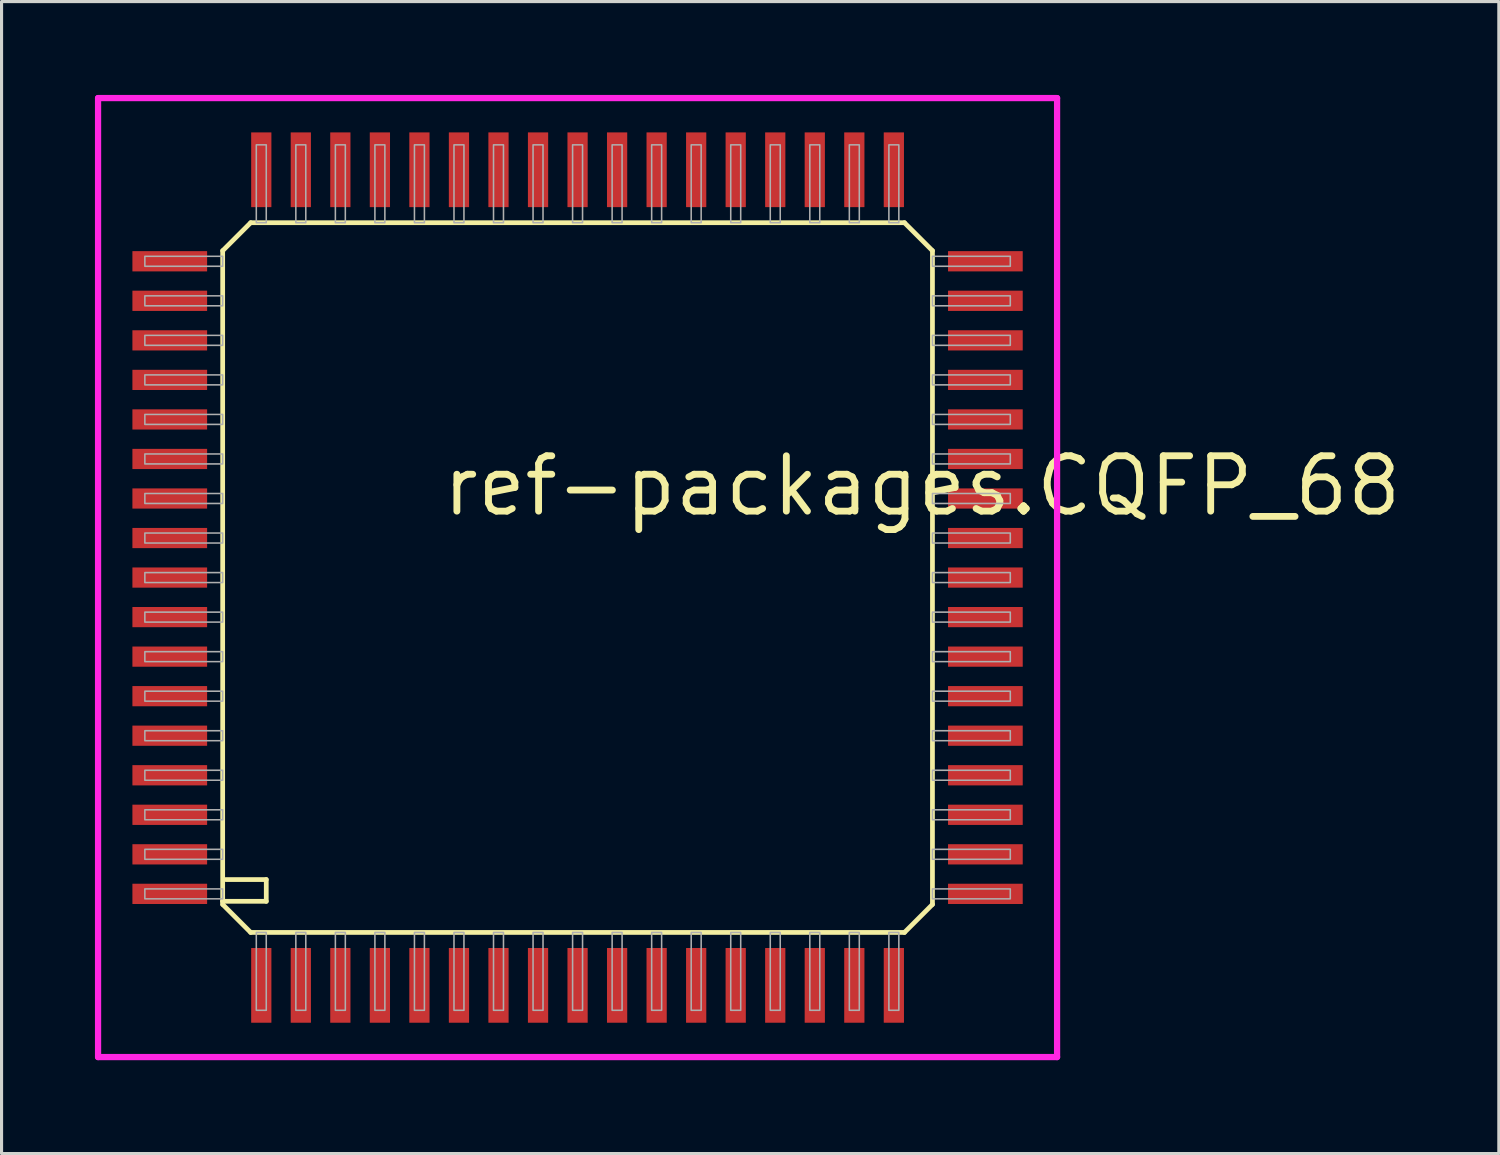
<source format=kicad_pcb>
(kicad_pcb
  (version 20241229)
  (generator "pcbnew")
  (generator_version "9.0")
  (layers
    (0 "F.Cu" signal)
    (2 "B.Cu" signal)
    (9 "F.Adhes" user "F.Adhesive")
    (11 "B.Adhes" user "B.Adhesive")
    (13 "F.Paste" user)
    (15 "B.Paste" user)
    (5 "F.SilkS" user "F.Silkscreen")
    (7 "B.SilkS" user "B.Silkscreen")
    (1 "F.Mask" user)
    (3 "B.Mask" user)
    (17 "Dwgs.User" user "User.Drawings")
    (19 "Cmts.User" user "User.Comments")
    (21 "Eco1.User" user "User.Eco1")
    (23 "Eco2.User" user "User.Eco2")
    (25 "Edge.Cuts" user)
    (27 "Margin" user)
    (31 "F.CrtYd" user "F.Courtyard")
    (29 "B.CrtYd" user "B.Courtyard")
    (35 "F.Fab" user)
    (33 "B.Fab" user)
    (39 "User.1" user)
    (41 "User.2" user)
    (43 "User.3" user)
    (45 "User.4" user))
  (footprint "ref-packages.CQFP_68"
    (layer "F.Cu")
    (at 15.503 15.503)
    (property "Reference" "ref-packages.CQFP_68" (at -4.445 -1.905 0) (layer "F.SilkS") (effects (font (size 1.778 1.778) (thickness 0.22)) (justify left bottom)))
    (attr smd)
    (fp_line (start -11.4 -10.5) (end -11.4 10.4) (stroke (width 0.152) (type default)) (layer "F.SilkS"))
    (fp_line (start -11.4 -10.5) (end -10.5 -11.4) (stroke (width 0.152) (type default)) (layer "F.SilkS"))
    (fp_line (start -11.4 10.4) (end -11.4 10.5) (stroke (width 0.152) (type default)) (layer "F.SilkS"))
    (fp_line (start -11.4 10.4) (end -10 10.4) (stroke (width 0.152) (type default)) (layer "F.SilkS"))
    (fp_line (start -11.4 10.5) (end -10.5 11.4) (stroke (width 0.152) (type default)) (layer "F.SilkS"))
    (fp_line (start -10.5 11.4) (end 10.5 11.4) (stroke (width 0.152) (type default)) (layer "F.SilkS"))
    (fp_line (start -10 9.7) (end -11.3 9.7) (stroke (width 0.152) (type default)) (layer "F.SilkS"))
    (fp_line (start -10 10.4) (end -10 9.7) (stroke (width 0.152) (type default)) (layer "F.SilkS"))
    (fp_line (start 10.5 -11.4) (end -10.5 -11.4) (stroke (width 0.152) (type default)) (layer "F.SilkS"))
    (fp_line (start 10.5 -11.4) (end 11.4 -10.5) (stroke (width 0.152) (type default)) (layer "F.SilkS"))
    (fp_line (start 10.5 11.4) (end 11.4 10.5) (stroke (width 0.152) (type default)) (layer "F.SilkS"))
    (fp_line (start 11.4 10.5) (end 11.4 -10.5) (stroke (width 0.152) (type default)) (layer "F.SilkS"))
    (fp_line (start -15.403 -15.403) (end 15.403 -15.403) (stroke (width 0.2) (type default)) (layer "F.CrtYd"))
    (fp_line (start -15.403 15.403) (end -15.403 -15.403) (stroke (width 0.2) (type default)) (layer "F.CrtYd"))
    (fp_line (start 15.403 -15.403) (end 15.403 15.403) (stroke (width 0.2) (type default)) (layer "F.CrtYd"))
    (fp_line (start 15.403 15.403) (end -15.403 15.403) (stroke (width 0.2) (type default)) (layer "F.CrtYd"))
    (fp_rect (start -13.9 -10) (end -11.4 -10.32) (stroke (width 0.05) (type default)) (fill no) (layer "F.Fab"))
    (fp_rect (start -13.9 -8.73) (end -11.4 -9.05) (stroke (width 0.05) (type default)) (fill no) (layer "F.Fab"))
    (fp_rect (start -13.9 -7.46) (end -11.4 -7.78) (stroke (width 0.05) (type default)) (fill no) (layer "F.Fab"))
    (fp_rect (start -13.9 -6.19) (end -11.4 -6.51) (stroke (width 0.05) (type default)) (fill no) (layer "F.Fab"))
    (fp_rect (start -13.9 -4.92) (end -11.4 -5.24) (stroke (width 0.05) (type default)) (fill no) (layer "F.Fab"))
    (fp_rect (start -13.9 -3.65) (end -11.4 -3.97) (stroke (width 0.05) (type default)) (fill no) (layer "F.Fab"))
    (fp_rect (start -13.9 -2.38) (end -11.4 -2.7) (stroke (width 0.05) (type default)) (fill no) (layer "F.Fab"))
    (fp_rect (start -13.9 -1.11) (end -11.4 -1.43) (stroke (width 0.05) (type default)) (fill no) (layer "F.Fab"))
    (fp_rect (start -13.9 0.16) (end -11.4 -0.16) (stroke (width 0.05) (type default)) (fill no) (layer "F.Fab"))
    (fp_rect (start -13.9 1.43) (end -11.4 1.11) (stroke (width 0.05) (type default)) (fill no) (layer "F.Fab"))
    (fp_rect (start -13.9 2.7) (end -11.4 2.38) (stroke (width 0.05) (type default)) (fill no) (layer "F.Fab"))
    (fp_rect (start -13.9 3.97) (end -11.4 3.65) (stroke (width 0.05) (type default)) (fill no) (layer "F.Fab"))
    (fp_rect (start -13.9 5.24) (end -11.4 4.92) (stroke (width 0.05) (type default)) (fill no) (layer "F.Fab"))
    (fp_rect (start -13.9 6.51) (end -11.4 6.19) (stroke (width 0.05) (type default)) (fill no) (layer "F.Fab"))
    (fp_rect (start -13.9 7.78) (end -11.4 7.46) (stroke (width 0.05) (type default)) (fill no) (layer "F.Fab"))
    (fp_rect (start -13.9 9.05) (end -11.4 8.73) (stroke (width 0.05) (type default)) (fill no) (layer "F.Fab"))
    (fp_rect (start -13.9 10.32) (end -11.4 10) (stroke (width 0.05) (type default)) (fill no) (layer "F.Fab"))
    (fp_rect (start -10.32 -11.4) (end -10 -13.9) (stroke (width 0.05) (type default)) (fill no) (layer "F.Fab"))
    (fp_rect (start -10.32 13.9) (end -10 11.4) (stroke (width 0.05) (type default)) (fill no) (layer "F.Fab"))
    (fp_rect (start -9.05 -11.4) (end -8.73 -13.9) (stroke (width 0.05) (type default)) (fill no) (layer "F.Fab"))
    (fp_rect (start -9.05 13.9) (end -8.73 11.4) (stroke (width 0.05) (type default)) (fill no) (layer "F.Fab"))
    (fp_rect (start -7.78 -11.4) (end -7.46 -13.9) (stroke (width 0.05) (type default)) (fill no) (layer "F.Fab"))
    (fp_rect (start -7.78 13.9) (end -7.46 11.4) (stroke (width 0.05) (type default)) (fill no) (layer "F.Fab"))
    (fp_rect (start -6.51 -11.4) (end -6.19 -13.9) (stroke (width 0.05) (type default)) (fill no) (layer "F.Fab"))
    (fp_rect (start -6.51 13.9) (end -6.19 11.4) (stroke (width 0.05) (type default)) (fill no) (layer "F.Fab"))
    (fp_rect (start -5.24 -11.4) (end -4.92 -13.9) (stroke (width 0.05) (type default)) (fill no) (layer "F.Fab"))
    (fp_rect (start -5.24 13.9) (end -4.92 11.4) (stroke (width 0.05) (type default)) (fill no) (layer "F.Fab"))
    (fp_rect (start -3.97 -11.4) (end -3.65 -13.9) (stroke (width 0.05) (type default)) (fill no) (layer "F.Fab"))
    (fp_rect (start -3.97 13.9) (end -3.65 11.4) (stroke (width 0.05) (type default)) (fill no) (layer "F.Fab"))
    (fp_rect (start -2.7 -11.4) (end -2.38 -13.9) (stroke (width 0.05) (type default)) (fill no) (layer "F.Fab"))
    (fp_rect (start -2.7 13.9) (end -2.38 11.4) (stroke (width 0.05) (type default)) (fill no) (layer "F.Fab"))
    (fp_rect (start -1.43 -11.4) (end -1.11 -13.9) (stroke (width 0.05) (type default)) (fill no) (layer "F.Fab"))
    (fp_rect (start -1.43 13.9) (end -1.11 11.4) (stroke (width 0.05) (type default)) (fill no) (layer "F.Fab"))
    (fp_rect (start -0.16 -11.4) (end 0.16 -13.9) (stroke (width 0.05) (type default)) (fill no) (layer "F.Fab"))
    (fp_rect (start -0.16 13.9) (end 0.16 11.4) (stroke (width 0.05) (type default)) (fill no) (layer "F.Fab"))
    (fp_rect (start 1.11 -11.4) (end 1.43 -13.9) (stroke (width 0.05) (type default)) (fill no) (layer "F.Fab"))
    (fp_rect (start 1.11 13.9) (end 1.43 11.4) (stroke (width 0.05) (type default)) (fill no) (layer "F.Fab"))
    (fp_rect (start 2.38 -11.4) (end 2.7 -13.9) (stroke (width 0.05) (type default)) (fill no) (layer "F.Fab"))
    (fp_rect (start 2.38 13.9) (end 2.7 11.4) (stroke (width 0.05) (type default)) (fill no) (layer "F.Fab"))
    (fp_rect (start 3.65 -11.4) (end 3.97 -13.9) (stroke (width 0.05) (type default)) (fill no) (layer "F.Fab"))
    (fp_rect (start 3.65 13.9) (end 3.97 11.4) (stroke (width 0.05) (type default)) (fill no) (layer "F.Fab"))
    (fp_rect (start 4.92 -11.4) (end 5.24 -13.9) (stroke (width 0.05) (type default)) (fill no) (layer "F.Fab"))
    (fp_rect (start 4.92 13.9) (end 5.24 11.4) (stroke (width 0.05) (type default)) (fill no) (layer "F.Fab"))
    (fp_rect (start 6.19 -11.4) (end 6.51 -13.9) (stroke (width 0.05) (type default)) (fill no) (layer "F.Fab"))
    (fp_rect (start 6.19 13.9) (end 6.51 11.4) (stroke (width 0.05) (type default)) (fill no) (layer "F.Fab"))
    (fp_rect (start 7.46 -11.4) (end 7.78 -13.9) (stroke (width 0.05) (type default)) (fill no) (layer "F.Fab"))
    (fp_rect (start 7.46 13.9) (end 7.78 11.4) (stroke (width 0.05) (type default)) (fill no) (layer "F.Fab"))
    (fp_rect (start 8.73 -11.4) (end 9.05 -13.9) (stroke (width 0.05) (type default)) (fill no) (layer "F.Fab"))
    (fp_rect (start 8.73 13.9) (end 9.05 11.4) (stroke (width 0.05) (type default)) (fill no) (layer "F.Fab"))
    (fp_rect (start 10 -11.4) (end 10.32 -13.9) (stroke (width 0.05) (type default)) (fill no) (layer "F.Fab"))
    (fp_rect (start 10 13.9) (end 10.32 11.4) (stroke (width 0.05) (type default)) (fill no) (layer "F.Fab"))
    (fp_rect (start 11.4 -10) (end 13.9 -10.32) (stroke (width 0.05) (type default)) (fill no) (layer "F.Fab"))
    (fp_rect (start 11.4 -8.73) (end 13.9 -9.05) (stroke (width 0.05) (type default)) (fill no) (layer "F.Fab"))
    (fp_rect (start 11.4 -7.46) (end 13.9 -7.78) (stroke (width 0.05) (type default)) (fill no) (layer "F.Fab"))
    (fp_rect (start 11.4 -6.19) (end 13.9 -6.51) (stroke (width 0.05) (type default)) (fill no) (layer "F.Fab"))
    (fp_rect (start 11.4 -4.92) (end 13.9 -5.24) (stroke (width 0.05) (type default)) (fill no) (layer "F.Fab"))
    (fp_rect (start 11.4 -3.65) (end 13.9 -3.97) (stroke (width 0.05) (type default)) (fill no) (layer "F.Fab"))
    (fp_rect (start 11.4 -2.38) (end 13.9 -2.7) (stroke (width 0.05) (type default)) (fill no) (layer "F.Fab"))
    (fp_rect (start 11.4 -1.11) (end 13.9 -1.43) (stroke (width 0.05) (type default)) (fill no) (layer "F.Fab"))
    (fp_rect (start 11.4 0.16) (end 13.9 -0.16) (stroke (width 0.05) (type default)) (fill no) (layer "F.Fab"))
    (fp_rect (start 11.4 1.43) (end 13.9 1.11) (stroke (width 0.05) (type default)) (fill no) (layer "F.Fab"))
    (fp_rect (start 11.4 2.7) (end 13.9 2.38) (stroke (width 0.05) (type default)) (fill no) (layer "F.Fab"))
    (fp_rect (start 11.4 3.97) (end 13.9 3.65) (stroke (width 0.05) (type default)) (fill no) (layer "F.Fab"))
    (fp_rect (start 11.4 5.24) (end 13.9 4.92) (stroke (width 0.05) (type default)) (fill no) (layer "F.Fab"))
    (fp_rect (start 11.4 6.51) (end 13.9 6.19) (stroke (width 0.05) (type default)) (fill no) (layer "F.Fab"))
    (fp_rect (start 11.4 7.78) (end 13.9 7.46) (stroke (width 0.05) (type default)) (fill no) (layer "F.Fab"))
    (fp_rect (start 11.4 9.05) (end 13.9 8.73) (stroke (width 0.05) (type default)) (fill no) (layer "F.Fab"))
    (fp_rect (start 11.4 10.32) (end 13.9 10) (stroke (width 0.05) (type default)) (fill no) (layer "F.Fab"))
    (pad "1" smd roundrect (at -10.16 13.1) (size 0.65 2.4) (layers "F.Cu" "F.Mask" "F.Paste") (roundrect_rratio 0.01))
    (pad "2" smd roundrect (at -8.89 13.1) (size 0.65 2.4) (layers "F.Cu" "F.Mask" "F.Paste") (roundrect_rratio 0.01))
    (pad "3" smd roundrect (at -7.62 13.1) (size 0.65 2.4) (layers "F.Cu" "F.Mask" "F.Paste") (roundrect_rratio 0.01))
    (pad "4" smd roundrect (at -6.35 13.1) (size 0.65 2.4) (layers "F.Cu" "F.Mask" "F.Paste") (roundrect_rratio 0.01))
    (pad "5" smd roundrect (at -5.08 13.1) (size 0.65 2.4) (layers "F.Cu" "F.Mask" "F.Paste") (roundrect_rratio 0.01))
    (pad "6" smd roundrect (at -3.81 13.1) (size 0.65 2.4) (layers "F.Cu" "F.Mask" "F.Paste") (roundrect_rratio 0.01))
    (pad "7" smd roundrect (at -2.54 13.1) (size 0.65 2.4) (layers "F.Cu" "F.Mask" "F.Paste") (roundrect_rratio 0.01))
    (pad "8" smd roundrect (at -1.27 13.1) (size 0.65 2.4) (layers "F.Cu" "F.Mask" "F.Paste") (roundrect_rratio 0.01))
    (pad "9" smd roundrect (at 0 13.1) (size 0.65 2.4) (layers "F.Cu" "F.Mask" "F.Paste") (roundrect_rratio 0.01))
    (pad "10" smd roundrect (at 1.27 13.1) (size 0.65 2.4) (layers "F.Cu" "F.Mask" "F.Paste") (roundrect_rratio 0.01))
    (pad "11" smd roundrect (at 2.54 13.1) (size 0.65 2.4) (layers "F.Cu" "F.Mask" "F.Paste") (roundrect_rratio 0.01))
    (pad "12" smd roundrect (at 3.81 13.1) (size 0.65 2.4) (layers "F.Cu" "F.Mask" "F.Paste") (roundrect_rratio 0.01))
    (pad "13" smd roundrect (at 5.08 13.1) (size 0.65 2.4) (layers "F.Cu" "F.Mask" "F.Paste") (roundrect_rratio 0.01))
    (pad "14" smd roundrect (at 6.35 13.1) (size 0.65 2.4) (layers "F.Cu" "F.Mask" "F.Paste") (roundrect_rratio 0.01))
    (pad "15" smd roundrect (at 7.62 13.1) (size 0.65 2.4) (layers "F.Cu" "F.Mask" "F.Paste") (roundrect_rratio 0.01))
    (pad "16" smd roundrect (at 8.89 13.1) (size 0.65 2.4) (layers "F.Cu" "F.Mask" "F.Paste") (roundrect_rratio 0.01))
    (pad "17" smd roundrect (at 10.16 13.1) (size 0.65 2.4) (layers "F.Cu" "F.Mask" "F.Paste") (roundrect_rratio 0.01))
    (pad "18" smd roundrect (at 13.1 10.16) (size 2.4 0.65) (layers "F.Cu" "F.Mask" "F.Paste") (roundrect_rratio 0.01))
    (pad "19" smd roundrect (at 13.1 8.89) (size 2.4 0.65) (layers "F.Cu" "F.Mask" "F.Paste") (roundrect_rratio 0.01))
    (pad "20" smd roundrect (at 13.1 7.62) (size 2.4 0.65) (layers "F.Cu" "F.Mask" "F.Paste") (roundrect_rratio 0.01))
    (pad "21" smd roundrect (at 13.1 6.35) (size 2.4 0.65) (layers "F.Cu" "F.Mask" "F.Paste") (roundrect_rratio 0.01))
    (pad "22" smd roundrect (at 13.1 5.08) (size 2.4 0.65) (layers "F.Cu" "F.Mask" "F.Paste") (roundrect_rratio 0.01))
    (pad "23" smd roundrect (at 13.1 3.81) (size 2.4 0.65) (layers "F.Cu" "F.Mask" "F.Paste") (roundrect_rratio 0.01))
    (pad "24" smd roundrect (at 13.1 2.54) (size 2.4 0.65) (layers "F.Cu" "F.Mask" "F.Paste") (roundrect_rratio 0.01))
    (pad "25" smd roundrect (at 13.1 1.27) (size 2.4 0.65) (layers "F.Cu" "F.Mask" "F.Paste") (roundrect_rratio 0.01))
    (pad "26" smd roundrect (at 13.1 0) (size 2.4 0.65) (layers "F.Cu" "F.Mask" "F.Paste") (roundrect_rratio 0.01))
    (pad "27" smd roundrect (at 13.1 -1.27) (size 2.4 0.65) (layers "F.Cu" "F.Mask" "F.Paste") (roundrect_rratio 0.01))
    (pad "28" smd roundrect (at 13.1 -2.54) (size 2.4 0.65) (layers "F.Cu" "F.Mask" "F.Paste") (roundrect_rratio 0.01))
    (pad "29" smd roundrect (at 13.1 -3.81) (size 2.4 0.65) (layers "F.Cu" "F.Mask" "F.Paste") (roundrect_rratio 0.01))
    (pad "30" smd roundrect (at 13.1 -5.08) (size 2.4 0.65) (layers "F.Cu" "F.Mask" "F.Paste") (roundrect_rratio 0.01))
    (pad "31" smd roundrect (at 13.1 -6.35) (size 2.4 0.65) (layers "F.Cu" "F.Mask" "F.Paste") (roundrect_rratio 0.01))
    (pad "32" smd roundrect (at 13.1 -7.62) (size 2.4 0.65) (layers "F.Cu" "F.Mask" "F.Paste") (roundrect_rratio 0.01))
    (pad "33" smd roundrect (at 13.1 -8.89) (size 2.4 0.65) (layers "F.Cu" "F.Mask" "F.Paste") (roundrect_rratio 0.01))
    (pad "34" smd roundrect (at 13.1 -10.16) (size 2.4 0.65) (layers "F.Cu" "F.Mask" "F.Paste") (roundrect_rratio 0.01))
    (pad "35" smd roundrect (at 10.16 -13.1) (size 0.65 2.4) (layers "F.Cu" "F.Mask" "F.Paste") (roundrect_rratio 0.01))
    (pad "36" smd roundrect (at 8.89 -13.1) (size 0.65 2.4) (layers "F.Cu" "F.Mask" "F.Paste") (roundrect_rratio 0.01))
    (pad "37" smd roundrect (at 7.62 -13.1) (size 0.65 2.4) (layers "F.Cu" "F.Mask" "F.Paste") (roundrect_rratio 0.01))
    (pad "38" smd roundrect (at 6.35 -13.1) (size 0.65 2.4) (layers "F.Cu" "F.Mask" "F.Paste") (roundrect_rratio 0.01))
    (pad "39" smd roundrect (at 5.08 -13.1) (size 0.65 2.4) (layers "F.Cu" "F.Mask" "F.Paste") (roundrect_rratio 0.01))
    (pad "40" smd roundrect (at 3.81 -13.1) (size 0.65 2.4) (layers "F.Cu" "F.Mask" "F.Paste") (roundrect_rratio 0.01))
    (pad "41" smd roundrect (at 2.54 -13.1) (size 0.65 2.4) (layers "F.Cu" "F.Mask" "F.Paste") (roundrect_rratio 0.01))
    (pad "42" smd roundrect (at 1.27 -13.1) (size 0.65 2.4) (layers "F.Cu" "F.Mask" "F.Paste") (roundrect_rratio 0.01))
    (pad "43" smd roundrect (at 0 -13.1) (size 0.65 2.4) (layers "F.Cu" "F.Mask" "F.Paste") (roundrect_rratio 0.01))
    (pad "44" smd roundrect (at -1.27 -13.1) (size 0.65 2.4) (layers "F.Cu" "F.Mask" "F.Paste") (roundrect_rratio 0.01))
    (pad "45" smd roundrect (at -2.54 -13.1) (size 0.65 2.4) (layers "F.Cu" "F.Mask" "F.Paste") (roundrect_rratio 0.01))
    (pad "46" smd roundrect (at -3.81 -13.1) (size 0.65 2.4) (layers "F.Cu" "F.Mask" "F.Paste") (roundrect_rratio 0.01))
    (pad "47" smd roundrect (at -5.08 -13.1) (size 0.65 2.4) (layers "F.Cu" "F.Mask" "F.Paste") (roundrect_rratio 0.01))
    (pad "48" smd roundrect (at -6.35 -13.1) (size 0.65 2.4) (layers "F.Cu" "F.Mask" "F.Paste") (roundrect_rratio 0.01))
    (pad "49" smd roundrect (at -7.62 -13.1) (size 0.65 2.4) (layers "F.Cu" "F.Mask" "F.Paste") (roundrect_rratio 0.01))
    (pad "50" smd roundrect (at -8.89 -13.1) (size 0.65 2.4) (layers "F.Cu" "F.Mask" "F.Paste") (roundrect_rratio 0.01))
    (pad "51" smd roundrect (at -10.16 -13.1) (size 0.65 2.4) (layers "F.Cu" "F.Mask" "F.Paste") (roundrect_rratio 0.01))
    (pad "52" smd roundrect (at -13.1 -10.16) (size 2.4 0.65) (layers "F.Cu" "F.Mask" "F.Paste") (roundrect_rratio 0.01))
    (pad "53" smd roundrect (at -13.1 -8.89) (size 2.4 0.65) (layers "F.Cu" "F.Mask" "F.Paste") (roundrect_rratio 0.01))
    (pad "54" smd roundrect (at -13.1 -7.62) (size 2.4 0.65) (layers "F.Cu" "F.Mask" "F.Paste") (roundrect_rratio 0.01))
    (pad "55" smd roundrect (at -13.1 -6.35) (size 2.4 0.65) (layers "F.Cu" "F.Mask" "F.Paste") (roundrect_rratio 0.01))
    (pad "56" smd roundrect (at -13.1 -5.08) (size 2.4 0.65) (layers "F.Cu" "F.Mask" "F.Paste") (roundrect_rratio 0.01))
    (pad "57" smd roundrect (at -13.1 -3.81) (size 2.4 0.65) (layers "F.Cu" "F.Mask" "F.Paste") (roundrect_rratio 0.01))
    (pad "58" smd roundrect (at -13.1 -2.54) (size 2.4 0.65) (layers "F.Cu" "F.Mask" "F.Paste") (roundrect_rratio 0.01))
    (pad "59" smd roundrect (at -13.1 -1.27) (size 2.4 0.65) (layers "F.Cu" "F.Mask" "F.Paste") (roundrect_rratio 0.01))
    (pad "60" smd roundrect (at -13.1 0) (size 2.4 0.65) (layers "F.Cu" "F.Mask" "F.Paste") (roundrect_rratio 0.01))
    (pad "61" smd roundrect (at -13.1 1.27) (size 2.4 0.65) (layers "F.Cu" "F.Mask" "F.Paste") (roundrect_rratio 0.01))
    (pad "62" smd roundrect (at -13.1 2.54) (size 2.4 0.65) (layers "F.Cu" "F.Mask" "F.Paste") (roundrect_rratio 0.01))
    (pad "63" smd roundrect (at -13.1 3.81) (size 2.4 0.65) (layers "F.Cu" "F.Mask" "F.Paste") (roundrect_rratio 0.01))
    (pad "64" smd roundrect (at -13.1 5.08) (size 2.4 0.65) (layers "F.Cu" "F.Mask" "F.Paste") (roundrect_rratio 0.01))
    (pad "65" smd roundrect (at -13.1 6.35) (size 2.4 0.65) (layers "F.Cu" "F.Mask" "F.Paste") (roundrect_rratio 0.01))
    (pad "66" smd roundrect (at -13.1 7.62) (size 2.4 0.65) (layers "F.Cu" "F.Mask" "F.Paste") (roundrect_rratio 0.01))
    (pad "67" smd roundrect (at -13.1 8.89) (size 2.4 0.65) (layers "F.Cu" "F.Mask" "F.Paste") (roundrect_rratio 0.01))
    (pad "68" smd roundrect (at -13.1 10.16) (size 2.4 0.65) (layers "F.Cu" "F.Mask" "F.Paste") (roundrect_rratio 0.01)))
  (gr_rect
    (start -3 -3)
    (end 45.096 34.006)
    (stroke (width 0.1) (type default))
    (fill no)
    (layer "Edge.Cuts")))
</source>
